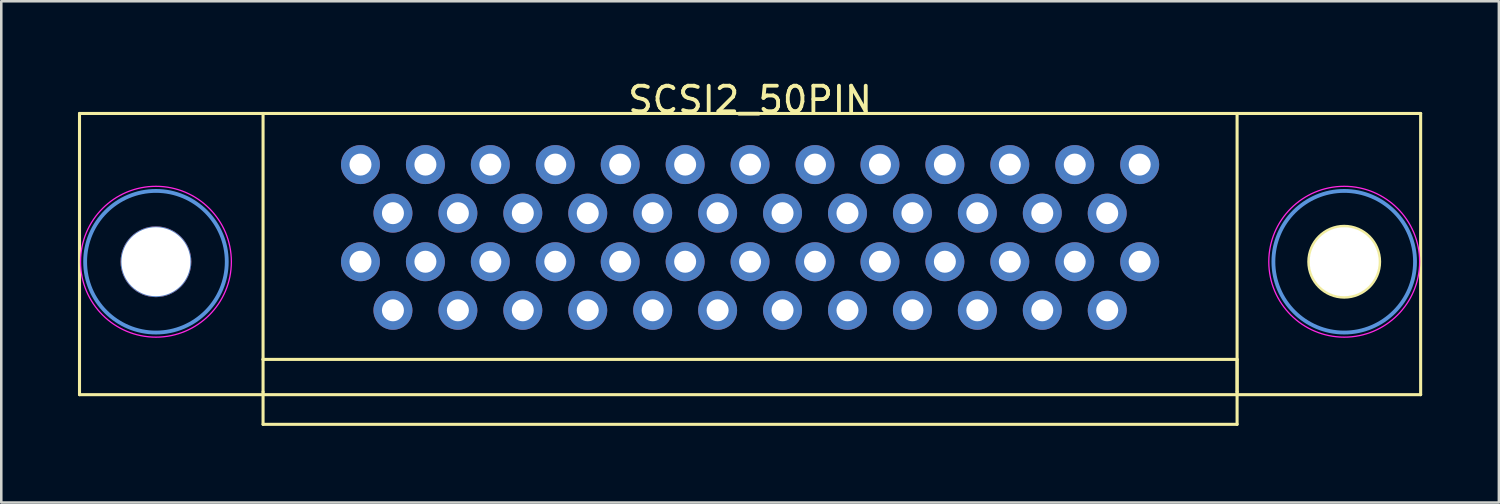
<source format=kicad_pcb>
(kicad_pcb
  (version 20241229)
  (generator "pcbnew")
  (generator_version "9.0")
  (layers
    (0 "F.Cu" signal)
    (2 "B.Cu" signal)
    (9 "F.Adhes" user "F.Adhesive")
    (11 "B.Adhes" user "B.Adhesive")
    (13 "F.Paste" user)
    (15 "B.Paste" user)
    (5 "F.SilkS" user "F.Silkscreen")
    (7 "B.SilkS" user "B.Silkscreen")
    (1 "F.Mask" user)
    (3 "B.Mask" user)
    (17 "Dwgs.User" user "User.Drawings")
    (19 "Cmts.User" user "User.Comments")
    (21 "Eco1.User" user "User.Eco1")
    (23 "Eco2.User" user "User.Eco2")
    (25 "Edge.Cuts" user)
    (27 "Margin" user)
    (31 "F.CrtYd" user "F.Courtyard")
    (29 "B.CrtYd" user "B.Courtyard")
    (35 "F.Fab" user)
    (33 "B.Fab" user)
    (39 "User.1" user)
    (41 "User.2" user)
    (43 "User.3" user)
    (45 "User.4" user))
  (footprint "SCSI2_50PIN"
    (layer "F.Cu")
    (at 26.29 3.388)
    (property "Reference" "SCSI2_50PIN" (at 0 -2.54 0) (layer "F.SilkS") (effects (font (size 1 1) (thickness 0.15))))
    (attr through_hole)
    (fp_line (start -26.23 -2) (end -26.23 9) (stroke (width 0.12) (type solid)) (layer "F.SilkS"))
    (fp_line (start -26.23 9) (end 26.23 9) (stroke (width 0.12) (type solid)) (layer "F.SilkS"))
    (fp_line (start -19.05 7.62) (end -19.05 -2) (stroke (width 0.12) (type solid)) (layer "F.SilkS"))
    (fp_line (start -19.05 7.62) (end 19.05 7.62) (stroke (width 0.12) (type solid)) (layer "F.SilkS"))
    (fp_line (start -19.05 8.89) (end -19.05 7.62) (stroke (width 0.12) (type solid)) (layer "F.SilkS"))
    (fp_line (start -19.05 8.89) (end -19.05 10.16) (stroke (width 0.12) (type solid)) (layer "F.SilkS"))
    (fp_line (start -19.05 10.16) (end 19.05 10.16) (stroke (width 0.12) (type solid)) (layer "F.SilkS"))
    (fp_line (start 19.05 7.62) (end 19.05 8.89) (stroke (width 0.12) (type solid)) (layer "F.SilkS"))
    (fp_line (start 19.05 8.89) (end 19.05 -2) (stroke (width 0.12) (type solid)) (layer "F.SilkS"))
    (fp_line (start 19.05 10.16) (end 19.05 8.89) (stroke (width 0.12) (type solid)) (layer "F.SilkS"))
    (fp_line (start 26.23 -2) (end -26.23 -2) (stroke (width 0.12) (type solid)) (layer "F.SilkS"))
    (fp_line (start 26.23 9) (end 26.23 -2) (stroke (width 0.12) (type solid)) (layer "F.SilkS"))
    (fp_circle (center 23.24 3.8) (end 24.625 3.8) (stroke (width 0.12) (type solid)) (fill no) (layer "F.SilkS"))
    (fp_circle (center -23.24 3.8) (end -20.47 3.8) (stroke (width 0.15) (type solid)) (fill no) (layer "Cmts.User"))
    (fp_circle (center 23.24 3.8) (end 26.01 3.8) (stroke (width 0.15) (type solid)) (fill no) (layer "Cmts.User"))
    (fp_circle (center -23.24 3.8) (end -20.29 3.8) (stroke (width 0.05) (type solid)) (fill no) (layer "F.CrtYd"))
    (fp_circle (center 23.24 3.8) (end 26.19 3.8) (stroke (width 0.05) (type solid)) (fill no) (layer "F.CrtYd"))
    (pad "" np_thru_hole circle (at -23.24 3.8) (size 2.77 2.77) (drill 2.7) (layers "*.Cu" "*.Mask"))
    (pad "" np_thru_hole circle (at 23.24 3.8) (size 2.77 2.77) (drill 2.7) (layers "*.Cu" "*.Mask"))
    (pad "1" thru_hole circle (at 15.24 0) (size 1.524 1.524) (drill 0.86) (layers "*.Cu" "*.Mask"))
    (pad "2" thru_hole circle (at 13.97 1.9) (size 1.524 1.524) (drill 0.86) (layers "*.Cu" "*.Mask"))
    (pad "3" thru_hole circle (at 12.7 0) (size 1.524 1.524) (drill 0.86) (layers "*.Cu" "*.Mask"))
    (pad "4" thru_hole circle (at 11.43 1.9) (size 1.524 1.524) (drill 0.86) (layers "*.Cu" "*.Mask"))
    (pad "5" thru_hole circle (at 10.16 0) (size 1.524 1.524) (drill 0.86) (layers "*.Cu" "*.Mask"))
    (pad "6" thru_hole circle (at 8.89 1.9) (size 1.524 1.524) (drill 0.86) (layers "*.Cu" "*.Mask"))
    (pad "7" thru_hole circle (at 7.62 0) (size 1.524 1.524) (drill 0.86) (layers "*.Cu" "*.Mask"))
    (pad "8" thru_hole circle (at 6.35 1.9) (size 1.524 1.524) (drill 0.86) (layers "*.Cu" "*.Mask"))
    (pad "9" thru_hole circle (at 5.08 0) (size 1.524 1.524) (drill 0.86) (layers "*.Cu" "*.Mask"))
    (pad "10" thru_hole circle (at 3.81 1.9) (size 1.524 1.524) (drill 0.86) (layers "*.Cu" "*.Mask"))
    (pad "11" thru_hole circle (at 2.54 0) (size 1.524 1.524) (drill 0.86) (layers "*.Cu" "*.Mask"))
    (pad "12" thru_hole circle (at 1.27 1.9) (size 1.524 1.524) (drill 0.86) (layers "*.Cu" "*.Mask"))
    (pad "13" thru_hole circle (at 0 0) (size 1.524 1.524) (drill 0.86) (layers "*.Cu" "*.Mask"))
    (pad "14" thru_hole circle (at -1.27 1.9) (size 1.524 1.524) (drill 0.86) (layers "*.Cu" "*.Mask"))
    (pad "15" thru_hole circle (at -2.54 0) (size 1.524 1.524) (drill 0.86) (layers "*.Cu" "*.Mask"))
    (pad "16" thru_hole circle (at -3.81 1.9) (size 1.524 1.524) (drill 0.86) (layers "*.Cu" "*.Mask"))
    (pad "17" thru_hole circle (at -5.08 0) (size 1.524 1.524) (drill 0.86) (layers "*.Cu" "*.Mask"))
    (pad "18" thru_hole circle (at -6.35 1.9) (size 1.524 1.524) (drill 0.86) (layers "*.Cu" "*.Mask"))
    (pad "19" thru_hole circle (at -7.62 0) (size 1.524 1.524) (drill 0.86) (layers "*.Cu" "*.Mask"))
    (pad "20" thru_hole circle (at -8.89 1.9) (size 1.524 1.524) (drill 0.86) (layers "*.Cu" "*.Mask"))
    (pad "21" thru_hole circle (at -10.16 0) (size 1.524 1.524) (drill 0.86) (layers "*.Cu" "*.Mask"))
    (pad "22" thru_hole circle (at -11.43 1.9) (size 1.524 1.524) (drill 0.86) (layers "*.Cu" "*.Mask"))
    (pad "23" thru_hole circle (at -12.7 0) (size 1.524 1.524) (drill 0.86) (layers "*.Cu" "*.Mask"))
    (pad "24" thru_hole circle (at -13.97 1.9) (size 1.524 1.524) (drill 0.86) (layers "*.Cu" "*.Mask"))
    (pad "25" thru_hole circle (at -15.24 0) (size 1.524 1.524) (drill 0.86) (layers "*.Cu" "*.Mask"))
    (pad "26" thru_hole circle (at 15.24 3.8) (size 1.524 1.524) (drill 0.86) (layers "*.Cu" "*.Mask"))
    (pad "27" thru_hole circle (at 13.97 5.7) (size 1.524 1.524) (drill 0.86) (layers "*.Cu" "*.Mask"))
    (pad "28" thru_hole circle (at 12.7 3.8) (size 1.524 1.524) (drill 0.86) (layers "*.Cu" "*.Mask"))
    (pad "29" thru_hole circle (at 11.43 5.7) (size 1.524 1.524) (drill 0.86) (layers "*.Cu" "*.Mask"))
    (pad "30" thru_hole circle (at 10.16 3.8) (size 1.524 1.524) (drill 0.86) (layers "*.Cu" "*.Mask"))
    (pad "31" thru_hole circle (at 8.89 5.7) (size 1.524 1.524) (drill 0.86) (layers "*.Cu" "*.Mask"))
    (pad "32" thru_hole circle (at 7.62 3.8) (size 1.524 1.524) (drill 0.86) (layers "*.Cu" "*.Mask"))
    (pad "33" thru_hole circle (at 6.35 5.7) (size 1.524 1.524) (drill 0.86) (layers "*.Cu" "*.Mask"))
    (pad "34" thru_hole circle (at 5.08 3.8) (size 1.524 1.524) (drill 0.86) (layers "*.Cu" "*.Mask"))
    (pad "35" thru_hole circle (at 3.81 5.7) (size 1.524 1.524) (drill 0.86) (layers "*.Cu" "*.Mask"))
    (pad "36" thru_hole circle (at 2.54 3.8) (size 1.524 1.524) (drill 0.86) (layers "*.Cu" "*.Mask"))
    (pad "37" thru_hole circle (at 1.27 5.7) (size 1.524 1.524) (drill 0.86) (layers "*.Cu" "*.Mask"))
    (pad "38" thru_hole circle (at 0 3.8) (size 1.524 1.524) (drill 0.86) (layers "*.Cu" "*.Mask"))
    (pad "39" thru_hole circle (at -1.27 5.7) (size 1.524 1.524) (drill 0.86) (layers "*.Cu" "*.Mask"))
    (pad "40" thru_hole circle (at -2.54 3.8) (size 1.524 1.524) (drill 0.86) (layers "*.Cu" "*.Mask"))
    (pad "41" thru_hole circle (at -3.81 5.7) (size 1.524 1.524) (drill 0.86) (layers "*.Cu" "*.Mask"))
    (pad "42" thru_hole circle (at -5.08 3.8) (size 1.524 1.524) (drill 0.86) (layers "*.Cu" "*.Mask"))
    (pad "43" thru_hole circle (at -6.35 5.7) (size 1.524 1.524) (drill 0.86) (layers "*.Cu" "*.Mask"))
    (pad "44" thru_hole circle (at -7.62 3.8) (size 1.524 1.524) (drill 0.86) (layers "*.Cu" "*.Mask"))
    (pad "45" thru_hole circle (at -8.89 5.7) (size 1.524 1.524) (drill 0.86) (layers "*.Cu" "*.Mask"))
    (pad "46" thru_hole circle (at -10.16 3.8) (size 1.524 1.524) (drill 0.86) (layers "*.Cu" "*.Mask"))
    (pad "47" thru_hole circle (at -11.43 5.7) (size 1.524 1.524) (drill 0.86) (layers "*.Cu" "*.Mask"))
    (pad "48" thru_hole circle (at -12.7 3.8) (size 1.524 1.524) (drill 0.86) (layers "*.Cu" "*.Mask"))
    (pad "49" thru_hole circle (at -13.97 5.7) (size 1.524 1.524) (drill 0.86) (layers "*.Cu" "*.Mask"))
    (pad "50" thru_hole circle (at -15.24 3.8) (size 1.524 1.524) (drill 0.86) (layers "*.Cu" "*.Mask")))
  (gr_rect
    (start -3 -3)
    (end 55.58 16.608)
    (stroke (width 0.1) (type default))
    (fill no)
    (layer "Edge.Cuts")))
</source>
